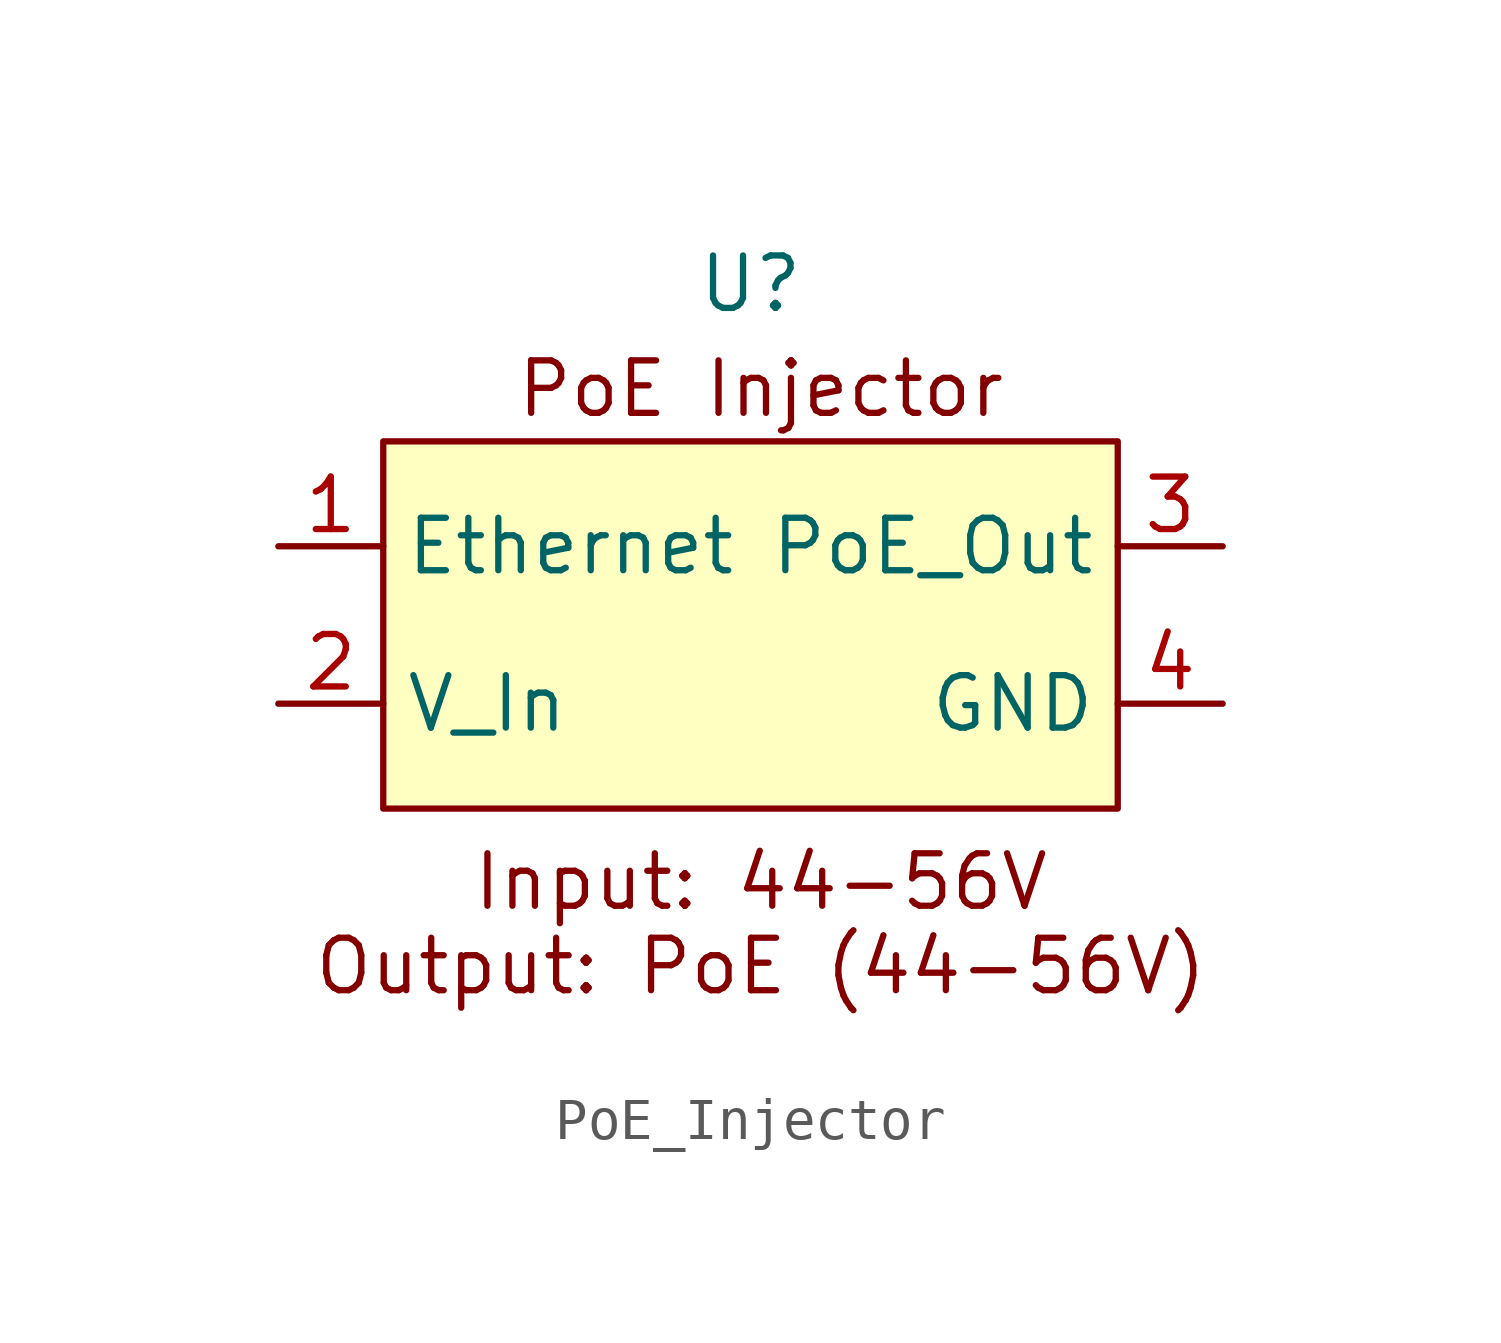
<source format=kicad_sym>
(kicad_symbol_lib
  (version 20231120)
  (generator "kicad_symbol_editor")
  (generator_version "8.0")
  (symbol "PoE_Injector"
    (property "Reference" "U"
      (at 0 2.54 0)
      (effects (font (size 1.27 1.27))))
    (property "Value" ""
      (at 0 0 0)
      (effects (font (size 1.27 1.27))))
    (symbol "PoE_Injector_0_1"
      (rectangle (start -8.89 -1.27) (end 8.89 -10.16) (stroke (width 0) (type default)) (fill (type background))))
    (symbol "PoE_Injector_1_1"
      (text "Input: 44-56V\nOutput: PoE (44-56V)" (at 0.254 -12.954 0) (effects (font (size 1.27 1.27))))
      (text "PoE Injector" (at 0.254 0 0) (effects (font (size 1.27 1.27))))
      (pin bidirectional line (at -11.43 -3.81 0) (length 2.54) (name "Ethernet" (effects (font (size 1.27 1.27)))) (number "1" (effects (font (size 1.27 1.27)))))
      (pin power_in line (at -11.43 -7.62 0) (length 2.54) (name "V_In" (effects (font (size 1.27 1.27)))) (number "2" (effects (font (size 1.27 1.27)))))
      (pin bidirectional line (at 11.43 -3.81 180) (length 2.54) (name "PoE_Out" (effects (font (size 1.27 1.27)))) (number "3" (effects (font (size 1.27 1.27)))))
      (pin power_out line (at 11.43 -7.62 180) (length 2.54) (name "GND" (effects (font (size 1.27 1.27)))) (number "4" (effects (font (size 1.27 1.27))))))))
</source>
